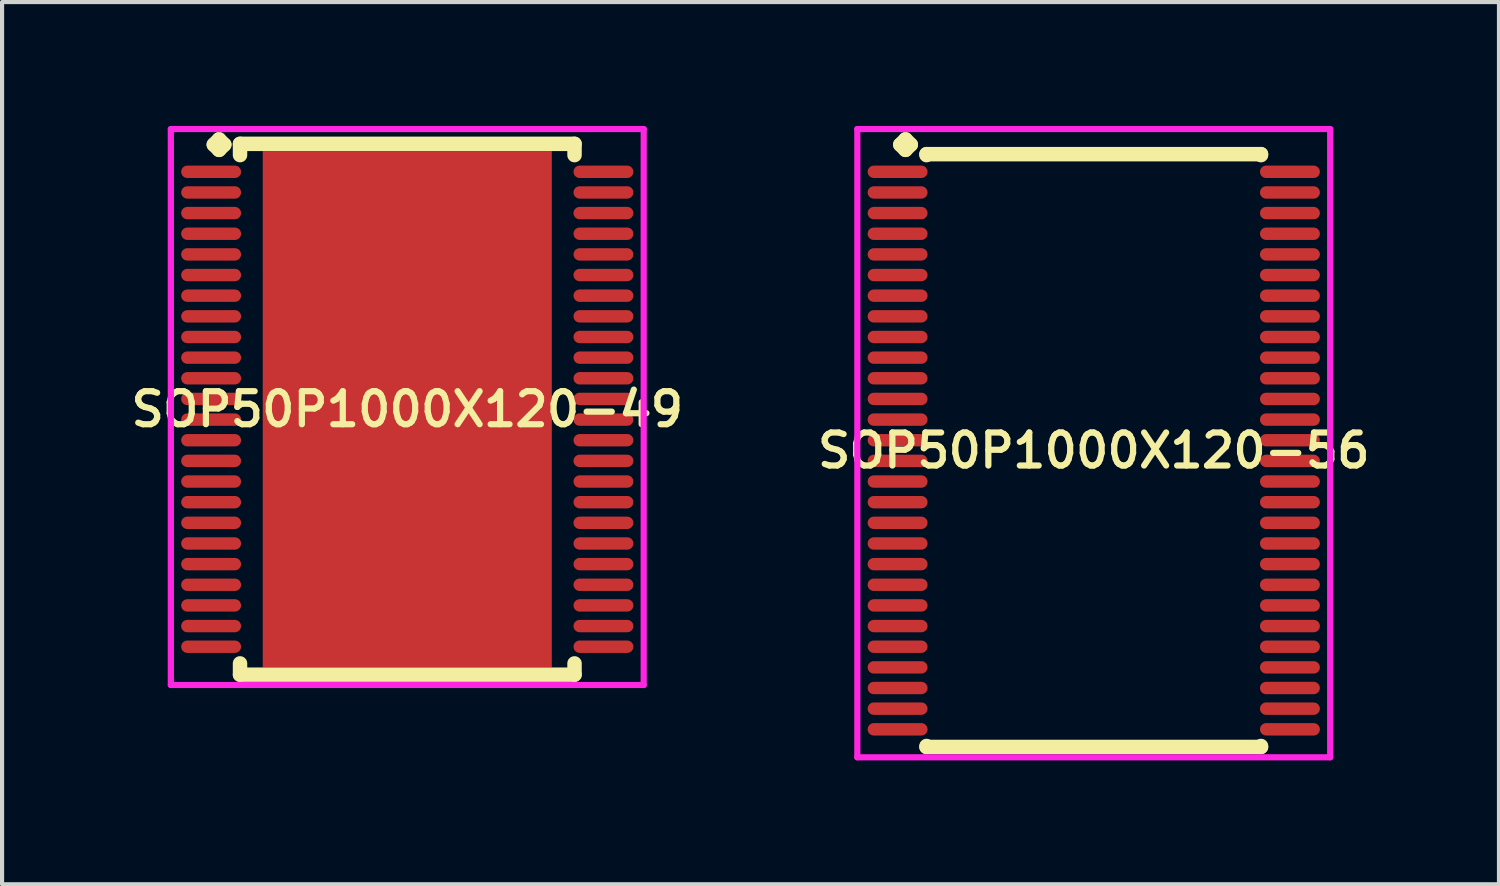
<source format=kicad_pcb>
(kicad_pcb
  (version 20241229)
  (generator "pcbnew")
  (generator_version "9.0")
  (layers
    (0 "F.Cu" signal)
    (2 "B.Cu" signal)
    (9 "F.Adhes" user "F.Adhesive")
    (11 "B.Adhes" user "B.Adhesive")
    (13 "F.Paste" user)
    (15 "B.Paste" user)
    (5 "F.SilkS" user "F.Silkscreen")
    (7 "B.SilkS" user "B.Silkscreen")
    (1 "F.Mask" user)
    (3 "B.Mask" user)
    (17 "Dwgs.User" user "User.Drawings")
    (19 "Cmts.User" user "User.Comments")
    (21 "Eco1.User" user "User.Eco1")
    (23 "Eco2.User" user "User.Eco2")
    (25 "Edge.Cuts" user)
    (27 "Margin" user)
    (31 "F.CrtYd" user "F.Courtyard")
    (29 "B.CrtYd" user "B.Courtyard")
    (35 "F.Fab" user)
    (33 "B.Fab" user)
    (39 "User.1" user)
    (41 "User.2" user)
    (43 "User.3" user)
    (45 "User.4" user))
  (footprint "SOP50P1000X120-49"
    (layer "F.Cu")
    (at 6.812 6.86)
    (property "Reference" "SOP50P1000X120-49" (at 0 0 0) (layer "F.SilkS") (effects (font (size 0.8 0.8) (thickness 0.15))))
    (attr smd)
    (fp_line (start -4.685 -6.408) (end -4.558 -6.535) (stroke (width 0.35) (type solid)) (layer "F.SilkS"))
    (fp_line (start -4.558 -6.535) (end -4.431 -6.408) (stroke (width 0.35) (type solid)) (layer "F.SilkS"))
    (fp_line (start -4.558 -6.281) (end -4.685 -6.408) (stroke (width 0.35) (type solid)) (layer "F.SilkS"))
    (fp_line (start -4.431 -6.408) (end -4.558 -6.281) (stroke (width 0.35) (type solid)) (layer "F.SilkS"))
    (fp_line (start -4.05 -6.427) (end 4.05 -6.427) (stroke (width 0.35) (type solid)) (layer "F.SilkS"))
    (fp_line (start -4.05 -6.154) (end -4.05 -6.427) (stroke (width 0.35) (type solid)) (layer "F.SilkS"))
    (fp_line (start -4.05 6.154) (end -4.05 6.427) (stroke (width 0.35) (type solid)) (layer "F.SilkS"))
    (fp_line (start -4.05 6.427) (end 4.05 6.427) (stroke (width 0.35) (type solid)) (layer "F.SilkS"))
    (fp_line (start 4.05 -6.427) (end 4.05 -6.154) (stroke (width 0.35) (type solid)) (layer "F.SilkS"))
    (fp_line (start 4.05 6.427) (end 4.05 6.154) (stroke (width 0.35) (type solid)) (layer "F.SilkS"))
    (fp_line (start -5.725 -6.785) (end 5.725 -6.785) (stroke (width 0.15) (type solid)) (layer "F.CrtYd"))
    (fp_line (start -5.725 6.677) (end -5.725 -6.785) (stroke (width 0.15) (type solid)) (layer "F.CrtYd"))
    (fp_line (start 5.725 -6.785) (end 5.725 6.677) (stroke (width 0.15) (type solid)) (layer "F.CrtYd"))
    (fp_line (start 5.725 6.677) (end -5.725 6.677) (stroke (width 0.15) (type solid)) (layer "F.CrtYd"))
    (pad "1" smd oval (at -4.75 -5.75) (size 1.45 0.3) (layers "F.Cu" "F.Mask" "F.Paste"))
    (pad "2" smd oval (at -4.75 -5.25) (size 1.45 0.3) (layers "F.Cu" "F.Mask" "F.Paste"))
    (pad "3" smd oval (at -4.75 -4.75) (size 1.45 0.3) (layers "F.Cu" "F.Mask" "F.Paste"))
    (pad "4" smd oval (at -4.75 -4.25) (size 1.45 0.3) (layers "F.Cu" "F.Mask" "F.Paste"))
    (pad "5" smd oval (at -4.75 -3.75) (size 1.45 0.3) (layers "F.Cu" "F.Mask" "F.Paste"))
    (pad "6" smd oval (at -4.75 -3.25) (size 1.45 0.3) (layers "F.Cu" "F.Mask" "F.Paste"))
    (pad "7" smd oval (at -4.75 -2.75) (size 1.45 0.3) (layers "F.Cu" "F.Mask" "F.Paste"))
    (pad "8" smd oval (at -4.75 -2.25) (size 1.45 0.3) (layers "F.Cu" "F.Mask" "F.Paste"))
    (pad "9" smd oval (at -4.75 -1.75) (size 1.45 0.3) (layers "F.Cu" "F.Mask" "F.Paste"))
    (pad "10" smd oval (at -4.75 -1.25) (size 1.45 0.3) (layers "F.Cu" "F.Mask" "F.Paste"))
    (pad "11" smd oval (at -4.75 -0.75) (size 1.45 0.3) (layers "F.Cu" "F.Mask" "F.Paste"))
    (pad "12" smd oval (at -4.75 -0.25) (size 1.45 0.3) (layers "F.Cu" "F.Mask" "F.Paste"))
    (pad "13" smd oval (at -4.75 0.25) (size 1.45 0.3) (layers "F.Cu" "F.Mask" "F.Paste"))
    (pad "14" smd oval (at -4.75 0.75) (size 1.45 0.3) (layers "F.Cu" "F.Mask" "F.Paste"))
    (pad "15" smd oval (at -4.75 1.25) (size 1.45 0.3) (layers "F.Cu" "F.Mask" "F.Paste"))
    (pad "16" smd oval (at -4.75 1.75) (size 1.45 0.3) (layers "F.Cu" "F.Mask" "F.Paste"))
    (pad "17" smd oval (at -4.75 2.25) (size 1.45 0.3) (layers "F.Cu" "F.Mask" "F.Paste"))
    (pad "18" smd oval (at -4.75 2.75) (size 1.45 0.3) (layers "F.Cu" "F.Mask" "F.Paste"))
    (pad "19" smd oval (at -4.75 3.25) (size 1.45 0.3) (layers "F.Cu" "F.Mask" "F.Paste"))
    (pad "20" smd oval (at -4.75 3.75) (size 1.45 0.3) (layers "F.Cu" "F.Mask" "F.Paste"))
    (pad "21" smd oval (at -4.75 4.25) (size 1.45 0.3) (layers "F.Cu" "F.Mask" "F.Paste"))
    (pad "22" smd oval (at -4.75 4.75) (size 1.45 0.3) (layers "F.Cu" "F.Mask" "F.Paste"))
    (pad "23" smd oval (at -4.75 5.25) (size 1.45 0.3) (layers "F.Cu" "F.Mask" "F.Paste"))
    (pad "24" smd oval (at -4.75 5.75) (size 1.45 0.3) (layers "F.Cu" "F.Mask" "F.Paste"))
    (pad "25" smd oval (at 4.75 5.75) (size 1.45 0.3) (layers "F.Cu" "F.Mask" "F.Paste"))
    (pad "26" smd oval (at 4.75 5.25) (size 1.45 0.3) (layers "F.Cu" "F.Mask" "F.Paste"))
    (pad "27" smd oval (at 4.75 4.75) (size 1.45 0.3) (layers "F.Cu" "F.Mask" "F.Paste"))
    (pad "28" smd oval (at 4.75 4.25) (size 1.45 0.3) (layers "F.Cu" "F.Mask" "F.Paste"))
    (pad "29" smd oval (at 4.75 3.75) (size 1.45 0.3) (layers "F.Cu" "F.Mask" "F.Paste"))
    (pad "30" smd oval (at 4.75 3.25) (size 1.45 0.3) (layers "F.Cu" "F.Mask" "F.Paste"))
    (pad "31" smd oval (at 4.75 2.75) (size 1.45 0.3) (layers "F.Cu" "F.Mask" "F.Paste"))
    (pad "32" smd oval (at 4.75 2.25) (size 1.45 0.3) (layers "F.Cu" "F.Mask" "F.Paste"))
    (pad "33" smd oval (at 4.75 1.75) (size 1.45 0.3) (layers "F.Cu" "F.Mask" "F.Paste"))
    (pad "34" smd oval (at 4.75 1.25) (size 1.45 0.3) (layers "F.Cu" "F.Mask" "F.Paste"))
    (pad "35" smd oval (at 4.75 0.75) (size 1.45 0.3) (layers "F.Cu" "F.Mask" "F.Paste"))
    (pad "36" smd oval (at 4.75 0.25) (size 1.45 0.3) (layers "F.Cu" "F.Mask" "F.Paste"))
    (pad "37" smd oval (at 4.75 -0.25) (size 1.45 0.3) (layers "F.Cu" "F.Mask" "F.Paste"))
    (pad "38" smd oval (at 4.75 -0.75) (size 1.45 0.3) (layers "F.Cu" "F.Mask" "F.Paste"))
    (pad "39" smd oval (at 4.75 -1.25) (size 1.45 0.3) (layers "F.Cu" "F.Mask" "F.Paste"))
    (pad "40" smd oval (at 4.75 -1.75) (size 1.45 0.3) (layers "F.Cu" "F.Mask" "F.Paste"))
    (pad "41" smd oval (at 4.75 -2.25) (size 1.45 0.3) (layers "F.Cu" "F.Mask" "F.Paste"))
    (pad "42" smd oval (at 4.75 -2.75) (size 1.45 0.3) (layers "F.Cu" "F.Mask" "F.Paste"))
    (pad "43" smd oval (at 4.75 -3.25) (size 1.45 0.3) (layers "F.Cu" "F.Mask" "F.Paste"))
    (pad "44" smd oval (at 4.75 -3.75) (size 1.45 0.3) (layers "F.Cu" "F.Mask" "F.Paste"))
    (pad "45" smd oval (at 4.75 -4.25) (size 1.45 0.3) (layers "F.Cu" "F.Mask" "F.Paste"))
    (pad "46" smd oval (at 4.75 -4.75) (size 1.45 0.3) (layers "F.Cu" "F.Mask" "F.Paste"))
    (pad "47" smd oval (at 4.75 -5.25) (size 1.45 0.3) (layers "F.Cu" "F.Mask" "F.Paste"))
    (pad "48" smd oval (at 4.75 -5.75) (size 1.45 0.3) (layers "F.Cu" "F.Mask" "F.Paste"))
    (pad "49" smd rect (at 0 0) (size 7 12.5) (layers "F.Cu" "F.Mask" "F.Paste")))
  (footprint "SOP50P1000X120-56"
    (layer "F.Cu")
    (at 23.435 7.86)
    (property "Reference" "SOP50P1000X120-56" (at 0 0 0) (layer "F.SilkS") (effects (font (size 0.8 0.8) (thickness 0.15))))
    (attr smd)
    (fp_line (start -4.685 -7.408) (end -4.558 -7.535) (stroke (width 0.35) (type solid)) (layer "F.SilkS"))
    (fp_line (start -4.558 -7.535) (end -4.431 -7.408) (stroke (width 0.35) (type solid)) (layer "F.SilkS"))
    (fp_line (start -4.558 -7.281) (end -4.685 -7.408) (stroke (width 0.35) (type solid)) (layer "F.SilkS"))
    (fp_line (start -4.431 -7.408) (end -4.558 -7.281) (stroke (width 0.35) (type solid)) (layer "F.SilkS"))
    (fp_line (start -4.05 -7.177) (end 4.05 -7.177) (stroke (width 0.35) (type solid)) (layer "F.SilkS"))
    (fp_line (start -4.05 -7.154) (end -4.05 -7.177) (stroke (width 0.35) (type solid)) (layer "F.SilkS"))
    (fp_line (start -4.05 7.154) (end -4.05 7.177) (stroke (width 0.35) (type solid)) (layer "F.SilkS"))
    (fp_line (start -4.05 7.177) (end 4.05 7.177) (stroke (width 0.35) (type solid)) (layer "F.SilkS"))
    (fp_line (start 4.05 -7.177) (end 4.05 -7.154) (stroke (width 0.35) (type solid)) (layer "F.SilkS"))
    (fp_line (start 4.05 7.177) (end 4.05 7.154) (stroke (width 0.35) (type solid)) (layer "F.SilkS"))
    (fp_line (start -5.725 -7.785) (end 5.725 -7.785) (stroke (width 0.15) (type solid)) (layer "F.CrtYd"))
    (fp_line (start -5.725 7.427) (end -5.725 -7.785) (stroke (width 0.15) (type solid)) (layer "F.CrtYd"))
    (fp_line (start 5.725 -7.785) (end 5.725 7.427) (stroke (width 0.15) (type solid)) (layer "F.CrtYd"))
    (fp_line (start 5.725 7.427) (end -5.725 7.427) (stroke (width 0.15) (type solid)) (layer "F.CrtYd"))
    (pad "1" smd oval (at -4.75 -6.75) (size 1.45 0.3) (layers "F.Cu" "F.Mask" "F.Paste"))
    (pad "2" smd oval (at -4.75 -6.25) (size 1.45 0.3) (layers "F.Cu" "F.Mask" "F.Paste"))
    (pad "3" smd oval (at -4.75 -5.75) (size 1.45 0.3) (layers "F.Cu" "F.Mask" "F.Paste"))
    (pad "4" smd oval (at -4.75 -5.25) (size 1.45 0.3) (layers "F.Cu" "F.Mask" "F.Paste"))
    (pad "5" smd oval (at -4.75 -4.75) (size 1.45 0.3) (layers "F.Cu" "F.Mask" "F.Paste"))
    (pad "6" smd oval (at -4.75 -4.25) (size 1.45 0.3) (layers "F.Cu" "F.Mask" "F.Paste"))
    (pad "7" smd oval (at -4.75 -3.75) (size 1.45 0.3) (layers "F.Cu" "F.Mask" "F.Paste"))
    (pad "8" smd oval (at -4.75 -3.25) (size 1.45 0.3) (layers "F.Cu" "F.Mask" "F.Paste"))
    (pad "9" smd oval (at -4.75 -2.75) (size 1.45 0.3) (layers "F.Cu" "F.Mask" "F.Paste"))
    (pad "10" smd oval (at -4.75 -2.25) (size 1.45 0.3) (layers "F.Cu" "F.Mask" "F.Paste"))
    (pad "11" smd oval (at -4.75 -1.75) (size 1.45 0.3) (layers "F.Cu" "F.Mask" "F.Paste"))
    (pad "12" smd oval (at -4.75 -1.25) (size 1.45 0.3) (layers "F.Cu" "F.Mask" "F.Paste"))
    (pad "13" smd oval (at -4.75 -0.75) (size 1.45 0.3) (layers "F.Cu" "F.Mask" "F.Paste"))
    (pad "14" smd oval (at -4.75 -0.25) (size 1.45 0.3) (layers "F.Cu" "F.Mask" "F.Paste"))
    (pad "15" smd oval (at -4.75 0.25) (size 1.45 0.3) (layers "F.Cu" "F.Mask" "F.Paste"))
    (pad "16" smd oval (at -4.75 0.75) (size 1.45 0.3) (layers "F.Cu" "F.Mask" "F.Paste"))
    (pad "17" smd oval (at -4.75 1.25) (size 1.45 0.3) (layers "F.Cu" "F.Mask" "F.Paste"))
    (pad "18" smd oval (at -4.75 1.75) (size 1.45 0.3) (layers "F.Cu" "F.Mask" "F.Paste"))
    (pad "19" smd oval (at -4.75 2.25) (size 1.45 0.3) (layers "F.Cu" "F.Mask" "F.Paste"))
    (pad "20" smd oval (at -4.75 2.75) (size 1.45 0.3) (layers "F.Cu" "F.Mask" "F.Paste"))
    (pad "21" smd oval (at -4.75 3.25) (size 1.45 0.3) (layers "F.Cu" "F.Mask" "F.Paste"))
    (pad "22" smd oval (at -4.75 3.75) (size 1.45 0.3) (layers "F.Cu" "F.Mask" "F.Paste"))
    (pad "23" smd oval (at -4.75 4.25) (size 1.45 0.3) (layers "F.Cu" "F.Mask" "F.Paste"))
    (pad "24" smd oval (at -4.75 4.75) (size 1.45 0.3) (layers "F.Cu" "F.Mask" "F.Paste"))
    (pad "25" smd oval (at -4.75 5.25) (size 1.45 0.3) (layers "F.Cu" "F.Mask" "F.Paste"))
    (pad "26" smd oval (at -4.75 5.75) (size 1.45 0.3) (layers "F.Cu" "F.Mask" "F.Paste"))
    (pad "27" smd oval (at -4.75 6.25) (size 1.45 0.3) (layers "F.Cu" "F.Mask" "F.Paste"))
    (pad "28" smd oval (at -4.75 6.75) (size 1.45 0.3) (layers "F.Cu" "F.Mask" "F.Paste"))
    (pad "29" smd oval (at 4.75 6.75) (size 1.45 0.3) (layers "F.Cu" "F.Mask" "F.Paste"))
    (pad "30" smd oval (at 4.75 6.25) (size 1.45 0.3) (layers "F.Cu" "F.Mask" "F.Paste"))
    (pad "31" smd oval (at 4.75 5.75) (size 1.45 0.3) (layers "F.Cu" "F.Mask" "F.Paste"))
    (pad "32" smd oval (at 4.75 5.25) (size 1.45 0.3) (layers "F.Cu" "F.Mask" "F.Paste"))
    (pad "33" smd oval (at 4.75 4.75) (size 1.45 0.3) (layers "F.Cu" "F.Mask" "F.Paste"))
    (pad "34" smd oval (at 4.75 4.25) (size 1.45 0.3) (layers "F.Cu" "F.Mask" "F.Paste"))
    (pad "35" smd oval (at 4.75 3.75) (size 1.45 0.3) (layers "F.Cu" "F.Mask" "F.Paste"))
    (pad "36" smd oval (at 4.75 3.25) (size 1.45 0.3) (layers "F.Cu" "F.Mask" "F.Paste"))
    (pad "37" smd oval (at 4.75 2.75) (size 1.45 0.3) (layers "F.Cu" "F.Mask" "F.Paste"))
    (pad "38" smd oval (at 4.75 2.25) (size 1.45 0.3) (layers "F.Cu" "F.Mask" "F.Paste"))
    (pad "39" smd oval (at 4.75 1.75) (size 1.45 0.3) (layers "F.Cu" "F.Mask" "F.Paste"))
    (pad "40" smd oval (at 4.75 1.25) (size 1.45 0.3) (layers "F.Cu" "F.Mask" "F.Paste"))
    (pad "41" smd oval (at 4.75 0.75) (size 1.45 0.3) (layers "F.Cu" "F.Mask" "F.Paste"))
    (pad "42" smd oval (at 4.75 0.25) (size 1.45 0.3) (layers "F.Cu" "F.Mask" "F.Paste"))
    (pad "43" smd oval (at 4.75 -0.25) (size 1.45 0.3) (layers "F.Cu" "F.Mask" "F.Paste"))
    (pad "44" smd oval (at 4.75 -0.75) (size 1.45 0.3) (layers "F.Cu" "F.Mask" "F.Paste"))
    (pad "45" smd oval (at 4.75 -1.25) (size 1.45 0.3) (layers "F.Cu" "F.Mask" "F.Paste"))
    (pad "46" smd oval (at 4.75 -1.75) (size 1.45 0.3) (layers "F.Cu" "F.Mask" "F.Paste"))
    (pad "47" smd oval (at 4.75 -2.25) (size 1.45 0.3) (layers "F.Cu" "F.Mask" "F.Paste"))
    (pad "48" smd oval (at 4.75 -2.75) (size 1.45 0.3) (layers "F.Cu" "F.Mask" "F.Paste"))
    (pad "49" smd oval (at 4.75 -3.25) (size 1.45 0.3) (layers "F.Cu" "F.Mask" "F.Paste"))
    (pad "50" smd oval (at 4.75 -3.75) (size 1.45 0.3) (layers "F.Cu" "F.Mask" "F.Paste"))
    (pad "51" smd oval (at 4.75 -4.25) (size 1.45 0.3) (layers "F.Cu" "F.Mask" "F.Paste"))
    (pad "52" smd oval (at 4.75 -4.75) (size 1.45 0.3) (layers "F.Cu" "F.Mask" "F.Paste"))
    (pad "53" smd oval (at 4.75 -5.25) (size 1.45 0.3) (layers "F.Cu" "F.Mask" "F.Paste"))
    (pad "54" smd oval (at 4.75 -5.75) (size 1.45 0.3) (layers "F.Cu" "F.Mask" "F.Paste"))
    (pad "55" smd oval (at 4.75 -6.25) (size 1.45 0.3) (layers "F.Cu" "F.Mask" "F.Paste"))
    (pad "56" smd oval (at 4.75 -6.75) (size 1.45 0.3) (layers "F.Cu" "F.Mask" "F.Paste")))
  (gr_rect
    (start -3 -3)
    (end 33.247 18.362)
    (stroke (width 0.1) (type default))
    (fill no)
    (layer "Edge.Cuts")))
</source>
